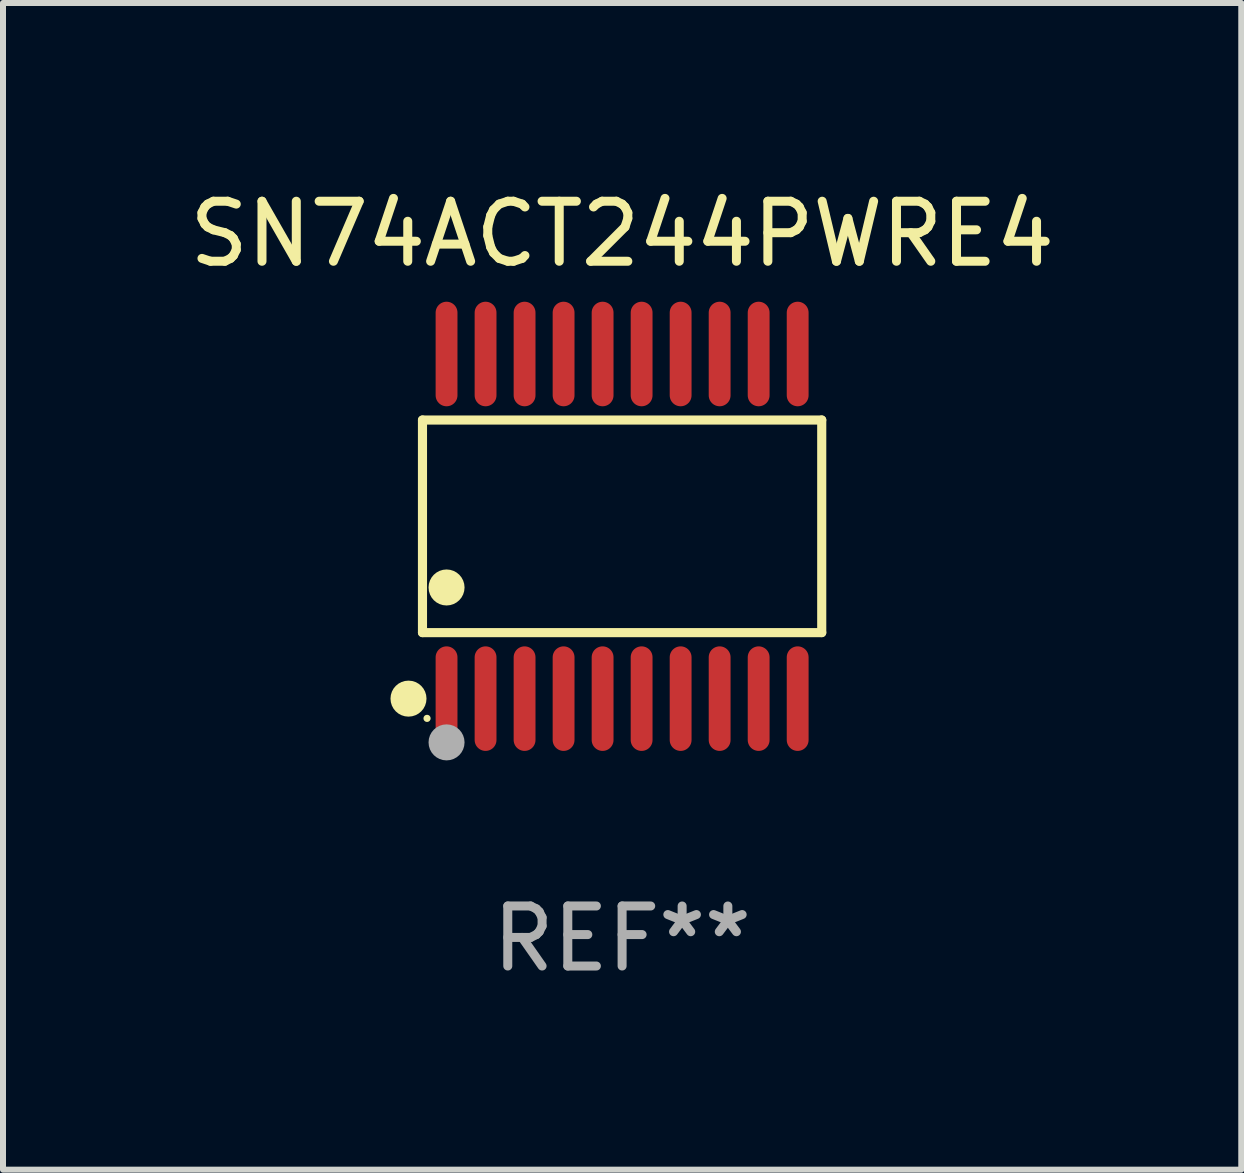
<source format=kicad_pcb>
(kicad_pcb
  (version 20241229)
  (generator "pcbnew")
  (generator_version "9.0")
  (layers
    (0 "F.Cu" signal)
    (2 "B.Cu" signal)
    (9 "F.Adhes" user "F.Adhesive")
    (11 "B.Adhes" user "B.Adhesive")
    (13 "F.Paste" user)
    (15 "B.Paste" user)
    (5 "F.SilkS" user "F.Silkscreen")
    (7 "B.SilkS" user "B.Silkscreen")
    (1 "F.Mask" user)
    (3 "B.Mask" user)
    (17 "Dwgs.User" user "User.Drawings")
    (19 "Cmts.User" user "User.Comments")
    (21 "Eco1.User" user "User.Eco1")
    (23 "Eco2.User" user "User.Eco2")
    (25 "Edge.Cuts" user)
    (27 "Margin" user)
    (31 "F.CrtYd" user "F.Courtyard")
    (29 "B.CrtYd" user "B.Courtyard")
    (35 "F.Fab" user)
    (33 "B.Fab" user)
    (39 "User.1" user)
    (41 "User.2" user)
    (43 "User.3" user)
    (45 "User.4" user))
  (footprint "SN74ACT244PWRE4"
    (layer "F.Cu")
    (at 7.315 5.719)
    (property "Reference" "SN74ACT244PWRE4" (at 0 -4.871 0) (layer "F.SilkS") (effects (font (size 1 1) (thickness 0.15))))
    (attr through_hole)
    (fp_line (start -3.326 -1.771) (end 3.326 -1.771) (stroke (width 0.152) (type solid)) (layer "F.SilkS"))
    (fp_line (start -3.326 1.771) (end -3.326 -1.771) (stroke (width 0.152) (type solid)) (layer "F.SilkS"))
    (fp_line (start 3.326 -1.771) (end 3.326 1.771) (stroke (width 0.152) (type solid)) (layer "F.SilkS"))
    (fp_line (start 3.326 1.771) (end -3.326 1.771) (stroke (width 0.152) (type solid)) (layer "F.SilkS"))
    (fp_circle (center -3.559 2.871) (end -3.409 2.871) (stroke (width 0.3) (type solid)) (fill no) (layer "F.SilkS"))
    (fp_circle (center -3.25 3.2) (end -3.22 3.2) (stroke (width 0.06) (type solid)) (fill no) (layer "F.SilkS"))
    (fp_circle (center -2.925 1.019) (end -2.775 1.019) (stroke (width 0.3) (type solid)) (fill no) (layer "F.SilkS"))
    (fp_circle (center -2.925 3.6) (end -2.775 3.6) (stroke (width 0.3) (type solid)) (fill no) (layer "F.Fab"))
    (fp_text user "REF**" (at 0 6.871 0) (layer "F.Fab") (effects (font (size 1 1) (thickness 0.15))))
    (pad "1" smd oval (at -2.925 2.871) (size 0.364 1.742) (layers "F.Cu" "F.Mask" "F.Paste"))
    (pad "2" smd oval (at -2.275 2.871) (size 0.364 1.742) (layers "F.Cu" "F.Mask" "F.Paste"))
    (pad "3" smd oval (at -1.625 2.871) (size 0.364 1.742) (layers "F.Cu" "F.Mask" "F.Paste"))
    (pad "4" smd oval (at -0.975 2.871) (size 0.364 1.742) (layers "F.Cu" "F.Mask" "F.Paste"))
    (pad "5" smd oval (at -0.325 2.871) (size 0.364 1.742) (layers "F.Cu" "F.Mask" "F.Paste"))
    (pad "6" smd oval (at 0.325 2.871) (size 0.364 1.742) (layers "F.Cu" "F.Mask" "F.Paste"))
    (pad "7" smd oval (at 0.975 2.871) (size 0.364 1.742) (layers "F.Cu" "F.Mask" "F.Paste"))
    (pad "8" smd oval (at 1.625 2.871) (size 0.364 1.742) (layers "F.Cu" "F.Mask" "F.Paste"))
    (pad "9" smd oval (at 2.275 2.871) (size 0.364 1.742) (layers "F.Cu" "F.Mask" "F.Paste"))
    (pad "10" smd oval (at 2.925 2.871) (size 0.364 1.742) (layers "F.Cu" "F.Mask" "F.Paste"))
    (pad "11" smd oval (at 2.925 -2.871) (size 0.364 1.742) (layers "F.Cu" "F.Mask" "F.Paste"))
    (pad "12" smd oval (at 2.275 -2.871) (size 0.364 1.742) (layers "F.Cu" "F.Mask" "F.Paste"))
    (pad "13" smd oval (at 1.625 -2.871) (size 0.364 1.742) (layers "F.Cu" "F.Mask" "F.Paste"))
    (pad "14" smd oval (at 0.975 -2.871) (size 0.364 1.742) (layers "F.Cu" "F.Mask" "F.Paste"))
    (pad "15" smd oval (at 0.325 -2.871) (size 0.364 1.742) (layers "F.Cu" "F.Mask" "F.Paste"))
    (pad "16" smd oval (at -0.325 -2.871) (size 0.364 1.742) (layers "F.Cu" "F.Mask" "F.Paste"))
    (pad "17" smd oval (at -0.975 -2.871) (size 0.364 1.742) (layers "F.Cu" "F.Mask" "F.Paste"))
    (pad "18" smd oval (at -1.625 -2.871) (size 0.364 1.742) (layers "F.Cu" "F.Mask" "F.Paste"))
    (pad "19" smd oval (at -2.275 -2.871) (size 0.364 1.742) (layers "F.Cu" "F.Mask" "F.Paste"))
    (pad "20" smd oval (at -2.925 -2.871) (size 0.364 1.742) (layers "F.Cu" "F.Mask" "F.Paste")))
  (gr_rect
    (start -3 -3)
    (end 17.631 16.438)
    (stroke (width 0.1) (type default))
    (fill no)
    (layer "Edge.Cuts")))
</source>
